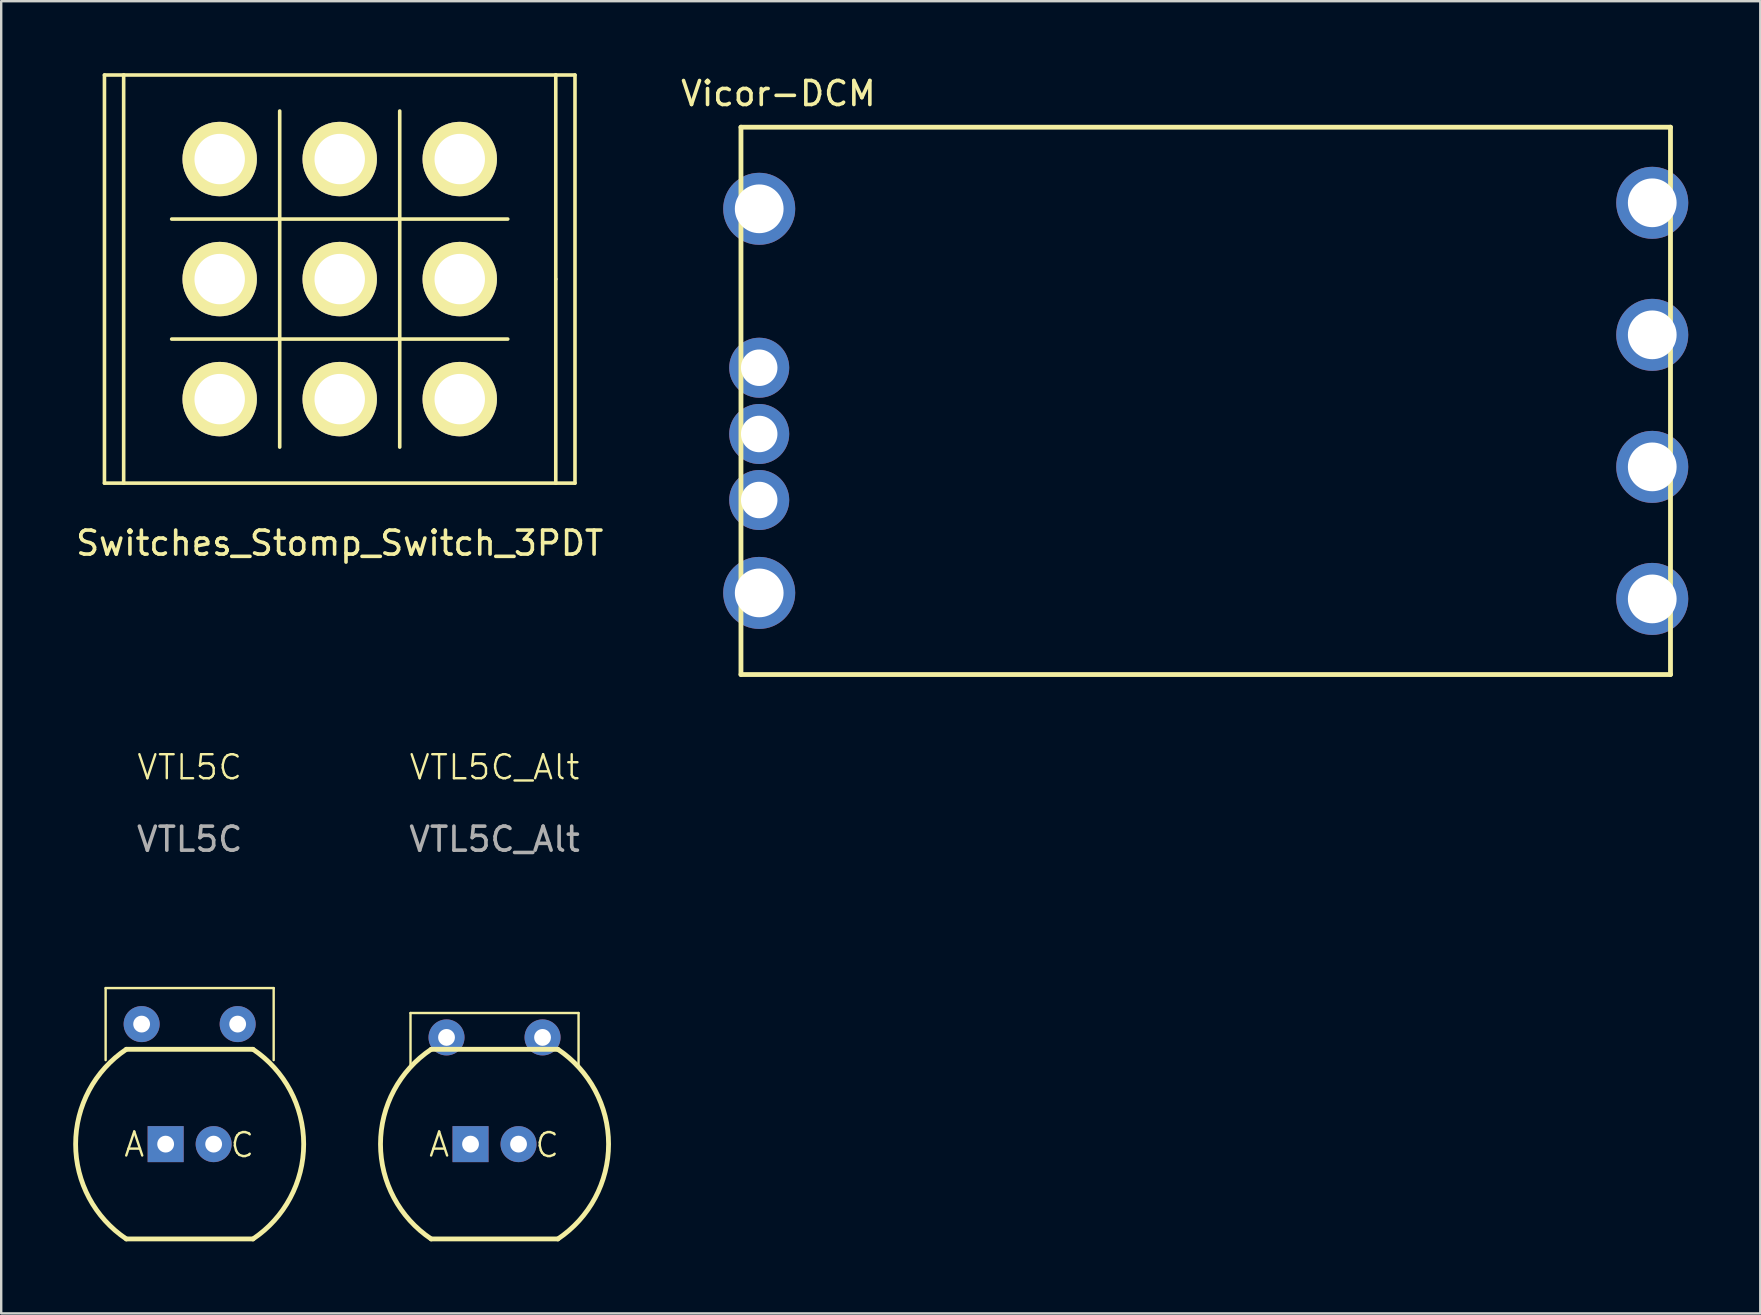
<source format=kicad_pcb>
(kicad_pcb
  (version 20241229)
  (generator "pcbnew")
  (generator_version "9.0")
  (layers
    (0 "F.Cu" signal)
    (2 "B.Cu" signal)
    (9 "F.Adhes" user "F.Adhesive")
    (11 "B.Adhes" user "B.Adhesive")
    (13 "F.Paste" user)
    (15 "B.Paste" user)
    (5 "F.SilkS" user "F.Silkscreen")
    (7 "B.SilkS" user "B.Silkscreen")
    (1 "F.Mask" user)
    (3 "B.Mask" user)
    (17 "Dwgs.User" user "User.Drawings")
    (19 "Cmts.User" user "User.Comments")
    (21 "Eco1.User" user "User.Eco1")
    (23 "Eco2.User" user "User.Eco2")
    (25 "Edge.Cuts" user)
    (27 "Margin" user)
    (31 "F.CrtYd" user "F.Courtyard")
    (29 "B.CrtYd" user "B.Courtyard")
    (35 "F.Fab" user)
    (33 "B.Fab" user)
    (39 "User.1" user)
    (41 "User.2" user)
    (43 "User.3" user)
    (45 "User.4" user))
  (footprint "Switches_Stomp_Switch_3PDT"
    (layer "F.Cu")
    (at 11.101 8.575)
    (property "Reference" "Switches_Stomp_Switch_3PDT" (at 0 11 0) (layer "F.SilkS") (effects (font (size 1 1) (thickness 0.15))))
    (attr through_hole)
    (fp_line (start -9.8 -8.5) (end -9 -8.5) (stroke (width 0.15) (type solid)) (layer "F.SilkS"))
    (fp_line (start -9.8 8.5) (end -9.8 -8.5) (stroke (width 0.15) (type solid)) (layer "F.SilkS"))
    (fp_line (start -9 -8.5) (end 9 -8.5) (stroke (width 0.15) (type solid)) (layer "F.SilkS"))
    (fp_line (start -9 8.5) (end -9.8 8.5) (stroke (width 0.15) (type solid)) (layer "F.SilkS"))
    (fp_line (start -9 8.5) (end -9 -8.5) (stroke (width 0.15) (type solid)) (layer "F.SilkS"))
    (fp_line (start -9 8.5) (end 9 8.5) (stroke (width 0.15) (type solid)) (layer "F.SilkS"))
    (fp_line (start -7 -2.5) (end 7 -2.5) (stroke (width 0.15) (type solid)) (layer "F.SilkS"))
    (fp_line (start -2.5 -7) (end -2.5 7) (stroke (width 0.15) (type solid)) (layer "F.SilkS"))
    (fp_line (start 2.5 7) (end 2.5 -7) (stroke (width 0.15) (type solid)) (layer "F.SilkS"))
    (fp_line (start 7 2.5) (end -7 2.5) (stroke (width 0.15) (type solid)) (layer "F.SilkS"))
    (fp_line (start 9 -8.5) (end 9 0) (stroke (width 0.15) (type solid)) (layer "F.SilkS"))
    (fp_line (start 9 8.5) (end 9 0) (stroke (width 0.15) (type solid)) (layer "F.SilkS"))
    (fp_line (start 9.8 -8.5) (end 9 -8.5) (stroke (width 0.15) (type solid)) (layer "F.SilkS"))
    (fp_line (start 9.8 8.5) (end 9 8.5) (stroke (width 0.15) (type solid)) (layer "F.SilkS"))
    (fp_line (start 9.8 8.5) (end 9.8 -8.5) (stroke (width 0.15) (type solid)) (layer "F.SilkS"))
    (pad "1" thru_hole circle (at 5 -5) (size 3.1 3.1) (drill 2.1) (layers "*.Cu" "*.Mask" "F.SilkS"))
    (pad "2" thru_hole circle (at 0 -5) (size 3.1 3.1) (drill 2.1) (layers "*.Cu" "*.Mask" "F.SilkS"))
    (pad "3" thru_hole circle (at -5 -5) (size 3.1 3.1) (drill 2.1) (layers "*.Cu" "*.Mask" "F.SilkS"))
    (pad "4" thru_hole circle (at 5 0) (size 3.1 3.1) (drill 2.1) (layers "*.Cu" "*.Mask" "F.SilkS"))
    (pad "5" thru_hole circle (at 0 0) (size 3.1 3.1) (drill 2.1) (layers "*.Cu" "*.Mask" "F.SilkS"))
    (pad "6" thru_hole circle (at -5 0) (size 3.1 3.1) (drill 2.1) (layers "*.Cu" "*.Mask" "F.SilkS"))
    (pad "7" thru_hole circle (at 5 5) (size 3.1 3.1) (drill 2.1) (layers "*.Cu" "*.Mask" "F.SilkS"))
    (pad "8" thru_hole circle (at 0 5) (size 3.1 3.1) (drill 2.1) (layers "*.Cu" "*.Mask" "F.SilkS"))
    (pad "9" thru_hole circle (at -5 5) (size 3.1 3.1) (drill 2.1) (layers "*.Cu" "*.Mask" "F.SilkS")))
  (footprint "VTL5C"
    (layer "F.Cu")
    (at 4.85 44.609)
    (property "Reference" "VTL5C" (at 0 -15.7 0) (unlocked yes) (layer "F.SilkS") (effects (font (size 1 1) (thickness 0.1))))
    (attr smd)
    (fp_line (start -3.5 -6.5) (end -3.5 -3.5) (stroke (width 0.1) (type default)) (layer "F.SilkS"))
    (fp_line (start -3.5 -6.5) (end 3.5 -6.5) (stroke (width 0.1) (type default)) (layer "F.SilkS"))
    (fp_line (start 2.638 -3.95) (end -2.638 -3.95) (stroke (width 0.2) (type solid)) (layer "F.SilkS"))
    (fp_line (start 2.638 3.95) (end -2.638 3.95) (stroke (width 0.2) (type solid)) (layer "F.SilkS"))
    (fp_line (start 3.5 -6.5) (end 3.5 -3.5) (stroke (width 0.1) (type default)) (layer "F.SilkS"))
    (fp_arc (start -2.638172 3.95) (mid -4.749995 0) (end -2.638173 -3.95) (stroke (width 0.2) (type solid)) (layer "F.SilkS"))
    (fp_arc (start 2.638182 -3.95) (mid 4.750005 0) (end 2.638182 3.95) (stroke (width 0.2) (type solid)) (layer "F.SilkS"))
    (fp_text user "C" (at 1.628 0.624 0) (unlocked yes) (layer "F.SilkS") (effects (font (size 1 1) (thickness 0.1)) (justify left bottom)))
    (fp_text user "A" (at -2.803 0.601 0) (unlocked yes) (layer "F.SilkS") (effects (font (size 1 1) (thickness 0.1)) (justify left bottom)))
    (fp_text user "${REFERENCE}" (at 0 -12.7 0) (unlocked yes) (layer "F.Fab") (effects (font (size 1 1) (thickness 0.15))))
    (pad "1" thru_hole rect (at -1 0) (size 1.5 1.5) (drill 0.7) (layers "*.Cu" "*.Mask"))
    (pad "2" thru_hole circle (at 1 0) (size 1.5 1.5) (drill 0.7) (layers "*.Cu" "*.Mask"))
    (pad "3" thru_hole circle (at -2 -5) (size 1.5 1.5) (drill 0.7) (layers "*.Cu" "*.Mask"))
    (pad "4" thru_hole circle (at 2 -5) (size 1.5 1.5) (drill 0.7) (layers "*.Cu" "*.Mask")))
  (footprint "Vicor-DCM"
    (layer "F.Cu")
    (at 47.175 13.648)
    (property "Reference" "Vicor-DCM" (at -17.8 -12.8 0) (layer "F.SilkS") (effects (font (size 1 1) (thickness 0.15))))
    (attr through_hole)
    (fp_line (start -19.36 -11.4) (end -19.36 11.4) (stroke (width 0.2) (type solid)) (layer "F.SilkS"))
    (fp_line (start -19.36 -11.4) (end 19.36 -11.4) (stroke (width 0.2) (type solid)) (layer "F.SilkS"))
    (fp_line (start -19.36 11.4) (end 19.36 11.4) (stroke (width 0.2) (type solid)) (layer "F.SilkS"))
    (fp_line (start 19.36 -11.4) (end 19.36 11.4) (stroke (width 0.2) (type solid)) (layer "F.SilkS"))
    (pad "1" thru_hole circle (at -18.6 -8) (size 3 3) (drill 2.03) (layers "*.Cu" "*.Mask"))
    (pad "2" thru_hole circle (at -18.6 -1.38) (size 2.5 2.5) (drill 1.52) (layers "*.Cu" "*.Mask"))
    (pad "3" thru_hole circle (at -18.6 1.38) (size 2.5 2.5) (drill 1.52) (layers "*.Cu" "*.Mask"))
    (pad "4" thru_hole circle (at -18.6 4.13) (size 2.5 2.5) (drill 1.52) (layers "*.Cu" "*.Mask"))
    (pad "5" thru_hole circle (at -18.6 8) (size 3 3) (drill 2.03) (layers "*.Cu" "*.Mask"))
    (pad "6" thru_hole circle (at 18.6 8.25) (size 3 3) (drill 2.03) (layers "*.Cu" "*.Mask"))
    (pad "7" thru_hole circle (at 18.6 2.75) (size 3 3) (drill 2.03) (layers "*.Cu" "*.Mask"))
    (pad "8" thru_hole circle (at 18.6 -2.75) (size 3 3) (drill 2.03) (layers "*.Cu" "*.Mask"))
    (pad "9" thru_hole circle (at 18.6 -8.25) (size 3 3) (drill 2.03) (layers "*.Cu" "*.Mask")))
  (footprint "VTL5C_Alt"
    (layer "F.Cu")
    (at 17.55 44.609)
    (property "Reference" "VTL5C_Alt" (at 0 -15.7 0) (unlocked yes) (layer "F.SilkS") (effects (font (size 1 1) (thickness 0.1))))
    (attr smd)
    (fp_line (start -3.5 -5.461) (end -3.5 -3.211) (stroke (width 0.1) (type default)) (layer "F.SilkS"))
    (fp_line (start -3.5 -5.461) (end 3.5 -5.461) (stroke (width 0.1) (type default)) (layer "F.SilkS"))
    (fp_line (start 2.638 -3.95) (end -2.638 -3.95) (stroke (width 0.2) (type solid)) (layer "F.SilkS"))
    (fp_line (start 2.638 3.95) (end -2.638 3.95) (stroke (width 0.2) (type solid)) (layer "F.SilkS"))
    (fp_line (start 3.5 -5.461) (end 3.5 -3.211) (stroke (width 0.1) (type default)) (layer "F.SilkS"))
    (fp_arc (start -2.638172 3.95) (mid -4.749995 0) (end -2.638173 -3.95) (stroke (width 0.2) (type solid)) (layer "F.SilkS"))
    (fp_arc (start 2.638182 -3.95) (mid 4.750005 0) (end 2.638182 3.95) (stroke (width 0.2) (type solid)) (layer "F.SilkS"))
    (fp_text user "A" (at -2.803 0.601 0) (unlocked yes) (layer "F.SilkS") (effects (font (size 1 1) (thickness 0.1)) (justify left bottom)))
    (fp_text user "C" (at 1.628 0.624 0) (unlocked yes) (layer "F.SilkS") (effects (font (size 1 1) (thickness 0.1)) (justify left bottom)))
    (fp_text user "${REFERENCE}" (at 0 -12.7 0) (unlocked yes) (layer "F.Fab") (effects (font (size 1 1) (thickness 0.15))))
    (pad "1" thru_hole rect (at -1 0) (size 1.5 1.5) (drill 0.7) (layers "*.Cu" "*.Mask"))
    (pad "2" thru_hole circle (at 1 0) (size 1.5 1.5) (drill 0.7) (layers "*.Cu" "*.Mask"))
    (pad "3" thru_hole circle (at -2 -4.445) (size 1.5 1.5) (drill 0.7) (layers "*.Cu" "*.Mask"))
    (pad "4" thru_hole circle (at 2 -4.445) (size 1.5 1.5) (drill 0.7) (layers "*.Cu" "*.Mask")))
  (gr_rect
    (start -3 -3)
    (end 70.275 51.659)
    (stroke (width 0.1) (type default))
    (fill no)
    (layer "Edge.Cuts")))
</source>
